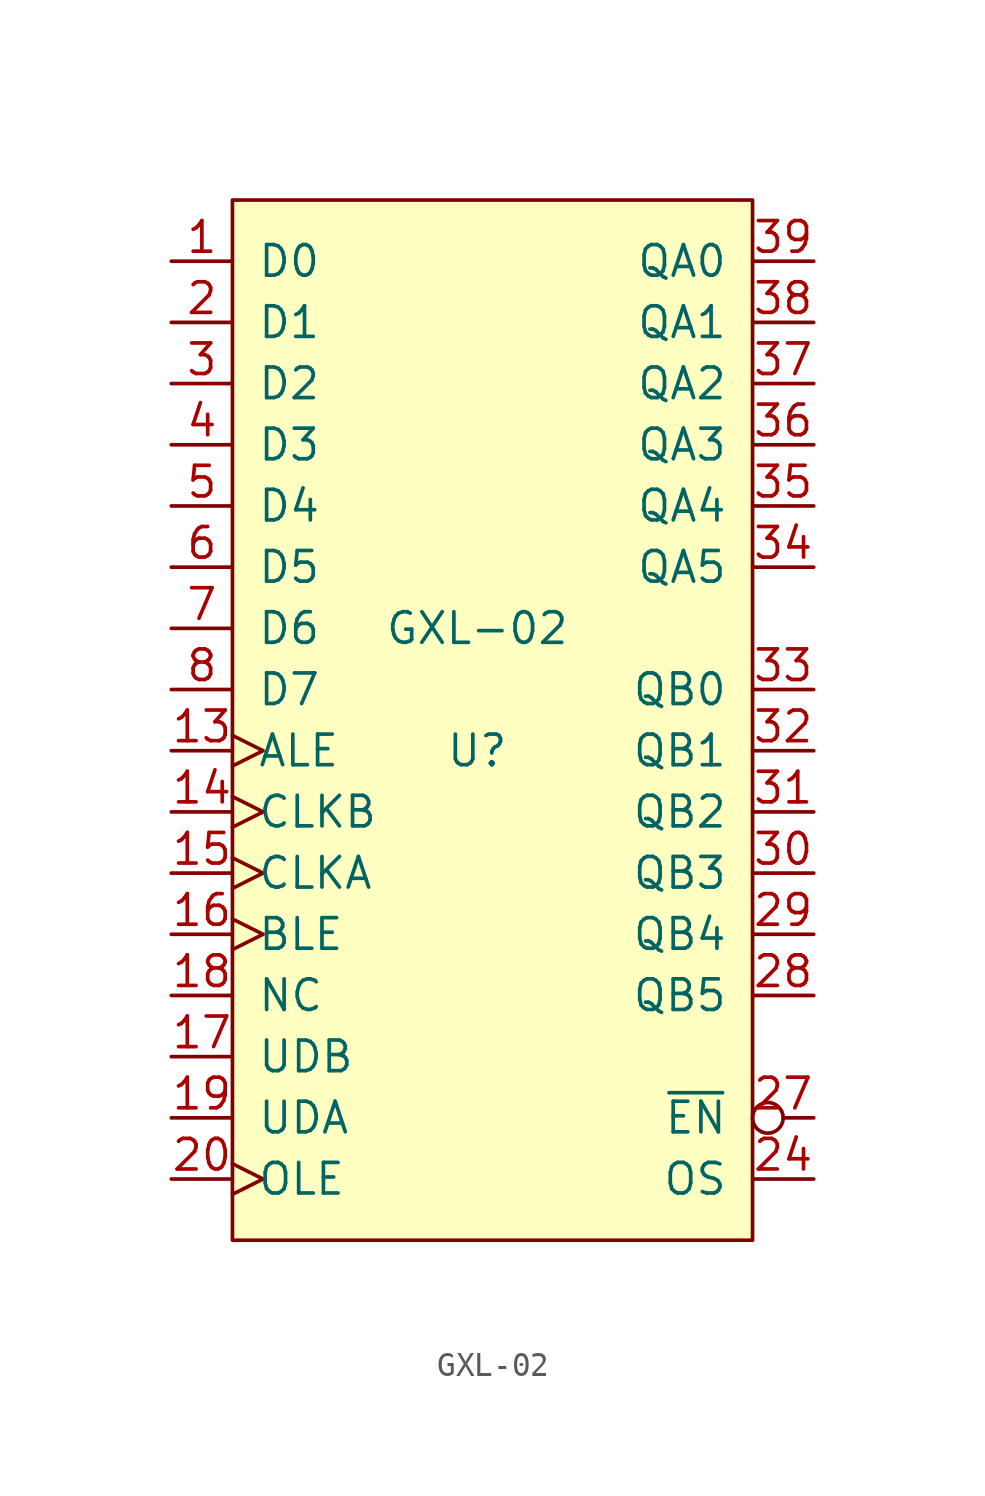
<source format=kicad_sym>
(kicad_symbol_lib
  (version 20211014)
  (generator kicad_symbol_editor)
  (symbol "GXL-02"
    (pin_names
      (offset 1.016))
    (property "Reference" "U"
      (at -2.54 0 0)
      (effects (font (size 1.27 1.27))))
    (property "Value" "GXL-02"
      (at -2.54 5.08 0)
      (effects (font (size 1.27 1.27))))
    (symbol "GXL-02_0_1"
      (rectangle (start -12.7 22.86) (end 8.89 -20.32) (stroke (width 0) (type default) (color 0 0 0 0)) (fill (type background))))
    (symbol "GXL-02_1_1"
      (pin input line (at -15.24 20.32 0) (length 2.54) (name "D0" (effects (font (size 1.27 1.27)))) (number "1" (effects (font (size 1.27 1.27)))))
      (pin input clock (at -15.24 0 0) (length 2.54) (name "ALE" (effects (font (size 1.27 1.27)))) (number "13" (effects (font (size 1.27 1.27)))))
      (pin input clock (at -15.24 -2.54 0) (length 2.54) (name "CLKB" (effects (font (size 1.27 1.27)))) (number "14" (effects (font (size 1.27 1.27)))))
      (pin input clock (at -15.24 -5.08 0) (length 2.54) (name "CLKA" (effects (font (size 1.27 1.27)))) (number "15" (effects (font (size 1.27 1.27)))))
      (pin input clock (at -15.24 -7.62 0) (length 2.54) (name "BLE" (effects (font (size 1.27 1.27)))) (number "16" (effects (font (size 1.27 1.27)))))
      (pin input line (at -15.24 -12.7 0) (length 2.54) (name "UDB" (effects (font (size 1.27 1.27)))) (number "17" (effects (font (size 1.27 1.27)))))
      (pin unspecified line (at -15.24 -10.16 0) (length 2.54) (name "NC" (effects (font (size 1.27 1.27)))) (number "18" (effects (font (size 1.27 1.27)))))
      (pin input line (at -15.24 -15.24 0) (length 2.54) (name "UDA" (effects (font (size 1.27 1.27)))) (number "19" (effects (font (size 1.27 1.27)))))
      (pin input line (at -15.24 17.78 0) (length 2.54) (name "D1" (effects (font (size 1.27 1.27)))) (number "2" (effects (font (size 1.27 1.27)))))
      (pin input clock (at -15.24 -17.78 0) (length 2.54) (name "OLE" (effects (font (size 1.27 1.27)))) (number "20" (effects (font (size 1.27 1.27)))))
      (pin input line (at 11.43 -17.78 180) (length 2.54) (name "OS" (effects (font (size 1.27 1.27)))) (number "24" (effects (font (size 1.27 1.27)))))
      (pin input inverted (at 11.43 -15.24 180) (length 2.54) (name "~{EN}" (effects (font (size 1.27 1.27)))) (number "27" (effects (font (size 1.27 1.27)))))
      (pin output line (at 11.43 -10.16 180) (length 2.54) (name "QB5" (effects (font (size 1.27 1.27)))) (number "28" (effects (font (size 1.27 1.27)))))
      (pin output line (at 11.43 -7.62 180) (length 2.54) (name "QB4" (effects (font (size 1.27 1.27)))) (number "29" (effects (font (size 1.27 1.27)))))
      (pin input line (at -15.24 15.24 0) (length 2.54) (name "D2" (effects (font (size 1.27 1.27)))) (number "3" (effects (font (size 1.27 1.27)))))
      (pin output line (at 11.43 -5.08 180) (length 2.54) (name "QB3" (effects (font (size 1.27 1.27)))) (number "30" (effects (font (size 1.27 1.27)))))
      (pin output line (at 11.43 -2.54 180) (length 2.54) (name "QB2" (effects (font (size 1.27 1.27)))) (number "31" (effects (font (size 1.27 1.27)))))
      (pin output line (at 11.43 0 180) (length 2.54) (name "QB1" (effects (font (size 1.27 1.27)))) (number "32" (effects (font (size 1.27 1.27)))))
      (pin output line (at 11.43 2.54 180) (length 2.54) (name "QB0" (effects (font (size 1.27 1.27)))) (number "33" (effects (font (size 1.27 1.27)))))
      (pin output line (at 11.43 7.62 180) (length 2.54) (name "QA5" (effects (font (size 1.27 1.27)))) (number "34" (effects (font (size 1.27 1.27)))))
      (pin output line (at 11.43 10.16 180) (length 2.54) (name "QA4" (effects (font (size 1.27 1.27)))) (number "35" (effects (font (size 1.27 1.27)))))
      (pin output line (at 11.43 12.7 180) (length 2.54) (name "QA3" (effects (font (size 1.27 1.27)))) (number "36" (effects (font (size 1.27 1.27)))))
      (pin output line (at 11.43 15.24 180) (length 2.54) (name "QA2" (effects (font (size 1.27 1.27)))) (number "37" (effects (font (size 1.27 1.27)))))
      (pin output line (at 11.43 17.78 180) (length 2.54) (name "QA1" (effects (font (size 1.27 1.27)))) (number "38" (effects (font (size 1.27 1.27)))))
      (pin output line (at 11.43 20.32 180) (length 2.54) (name "QA0" (effects (font (size 1.27 1.27)))) (number "39" (effects (font (size 1.27 1.27)))))
      (pin input line (at -15.24 12.7 0) (length 2.54) (name "D3" (effects (font (size 1.27 1.27)))) (number "4" (effects (font (size 1.27 1.27)))))
      (pin input line (at -15.24 10.16 0) (length 2.54) (name "D4" (effects (font (size 1.27 1.27)))) (number "5" (effects (font (size 1.27 1.27)))))
      (pin input line (at -15.24 7.62 0) (length 2.54) (name "D5" (effects (font (size 1.27 1.27)))) (number "6" (effects (font (size 1.27 1.27)))))
      (pin input line (at -15.24 5.08 0) (length 2.54) (name "D6" (effects (font (size 1.27 1.27)))) (number "7" (effects (font (size 1.27 1.27)))))
      (pin input line (at -15.24 2.54 0) (length 2.54) (name "D7" (effects (font (size 1.27 1.27)))) (number "8" (effects (font (size 1.27 1.27))))))))
</source>
